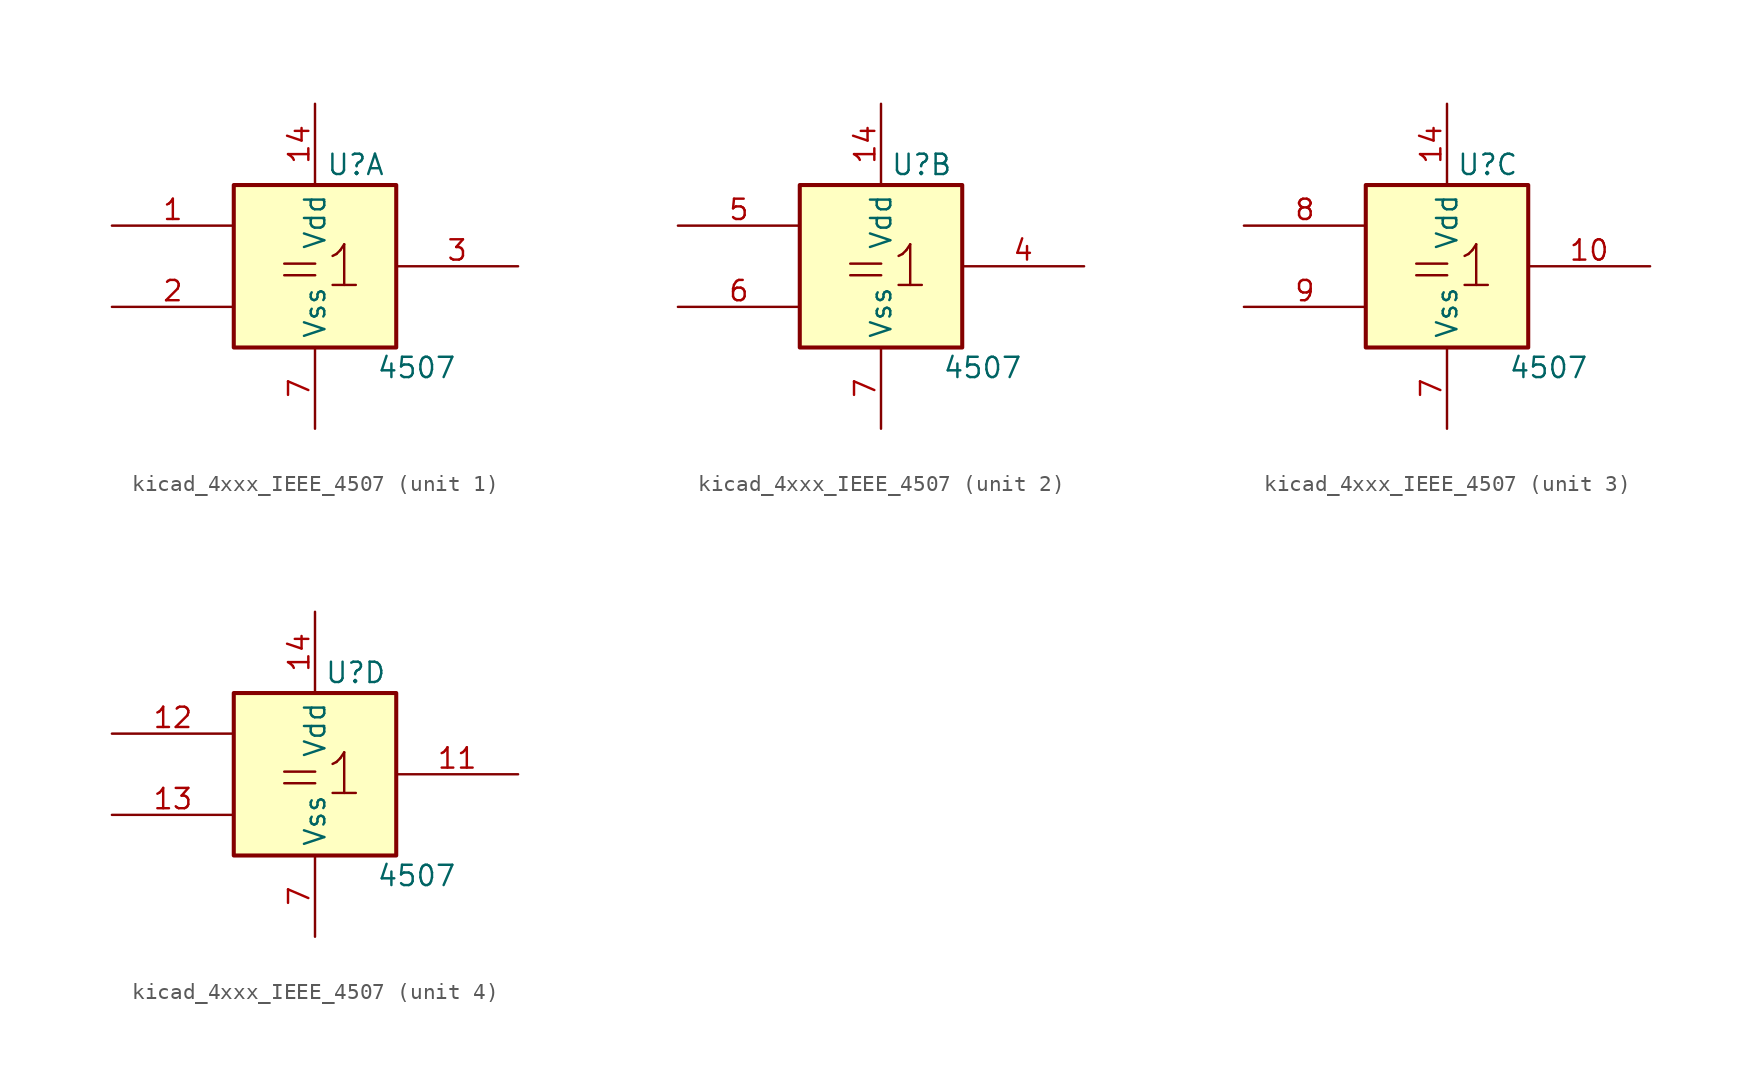
<source format=kicad_sym>
(kicad_symbol_lib
  (version 20220914)
  (generator kicad_symbol_editor)
  (symbol "kicad_4xxx_IEEE_4507"
    (property "Reference" "U"
      (at 2.54 6.35 0)
      (effects (font (size 1.27 1.27))))
    (property "Value" "4507"
      (at 6.35 -6.35 0)
      (effects (font (size 1.27 1.27))))
    (symbol "kicad_4xxx_IEEE_4507_0_0"
      (rectangle (start -5.08 5.08) (end 5.08 -5.08) (stroke (width 0.254) (type default)) (fill (type background)))
      (text "=1" (at 0.254 0 0) (effects (font (size 2.54 2.54))))
      (pin power_in line (at 0 10.16 270) (length 5.08) (name "Vdd" (effects (font (size 1.27 1.27)))) (number "14" (effects (font (size 1.27 1.27)))))
      (pin power_in line (at 0 -10.16 90) (length 5.08) (name "Vss" (effects (font (size 1.27 1.27)))) (number "7" (effects (font (size 1.27 1.27))))))
    (symbol "kicad_4xxx_IEEE_4507_1_1"
      (pin input line (at -12.7 2.54 0) (length 7.62) (name "~" (effects (font (size 1.27 1.27)))) (number "1" (effects (font (size 1.27 1.27)))))
      (pin input line (at -12.7 -2.54 0) (length 7.62) (name "~" (effects (font (size 1.27 1.27)))) (number "2" (effects (font (size 1.27 1.27)))))
      (pin output line (at 12.7 0 180) (length 7.62) (name "~" (effects (font (size 1.27 1.27)))) (number "3" (effects (font (size 1.27 1.27))))))
    (symbol "kicad_4xxx_IEEE_4507_2_1"
      (pin output line (at 12.7 0 180) (length 7.62) (name "~" (effects (font (size 1.27 1.27)))) (number "4" (effects (font (size 1.27 1.27)))))
      (pin input line (at -12.7 2.54 0) (length 7.62) (name "~" (effects (font (size 1.27 1.27)))) (number "5" (effects (font (size 1.27 1.27)))))
      (pin input line (at -12.7 -2.54 0) (length 7.62) (name "~" (effects (font (size 1.27 1.27)))) (number "6" (effects (font (size 1.27 1.27))))))
    (symbol "kicad_4xxx_IEEE_4507_3_1"
      (pin output line (at 12.7 0 180) (length 7.62) (name "~" (effects (font (size 1.27 1.27)))) (number "10" (effects (font (size 1.27 1.27)))))
      (pin input line (at -12.7 2.54 0) (length 7.62) (name "~" (effects (font (size 1.27 1.27)))) (number "8" (effects (font (size 1.27 1.27)))))
      (pin input line (at -12.7 -2.54 0) (length 7.62) (name "~" (effects (font (size 1.27 1.27)))) (number "9" (effects (font (size 1.27 1.27))))))
    (symbol "kicad_4xxx_IEEE_4507_4_1"
      (pin output line (at 12.7 0 180) (length 7.62) (name "~" (effects (font (size 1.27 1.27)))) (number "11" (effects (font (size 1.27 1.27)))))
      (pin input line (at -12.7 2.54 0) (length 7.62) (name "~" (effects (font (size 1.27 1.27)))) (number "12" (effects (font (size 1.27 1.27)))))
      (pin input line (at -12.7 -2.54 0) (length 7.62) (name "~" (effects (font (size 1.27 1.27)))) (number "13" (effects (font (size 1.27 1.27))))))))
</source>
